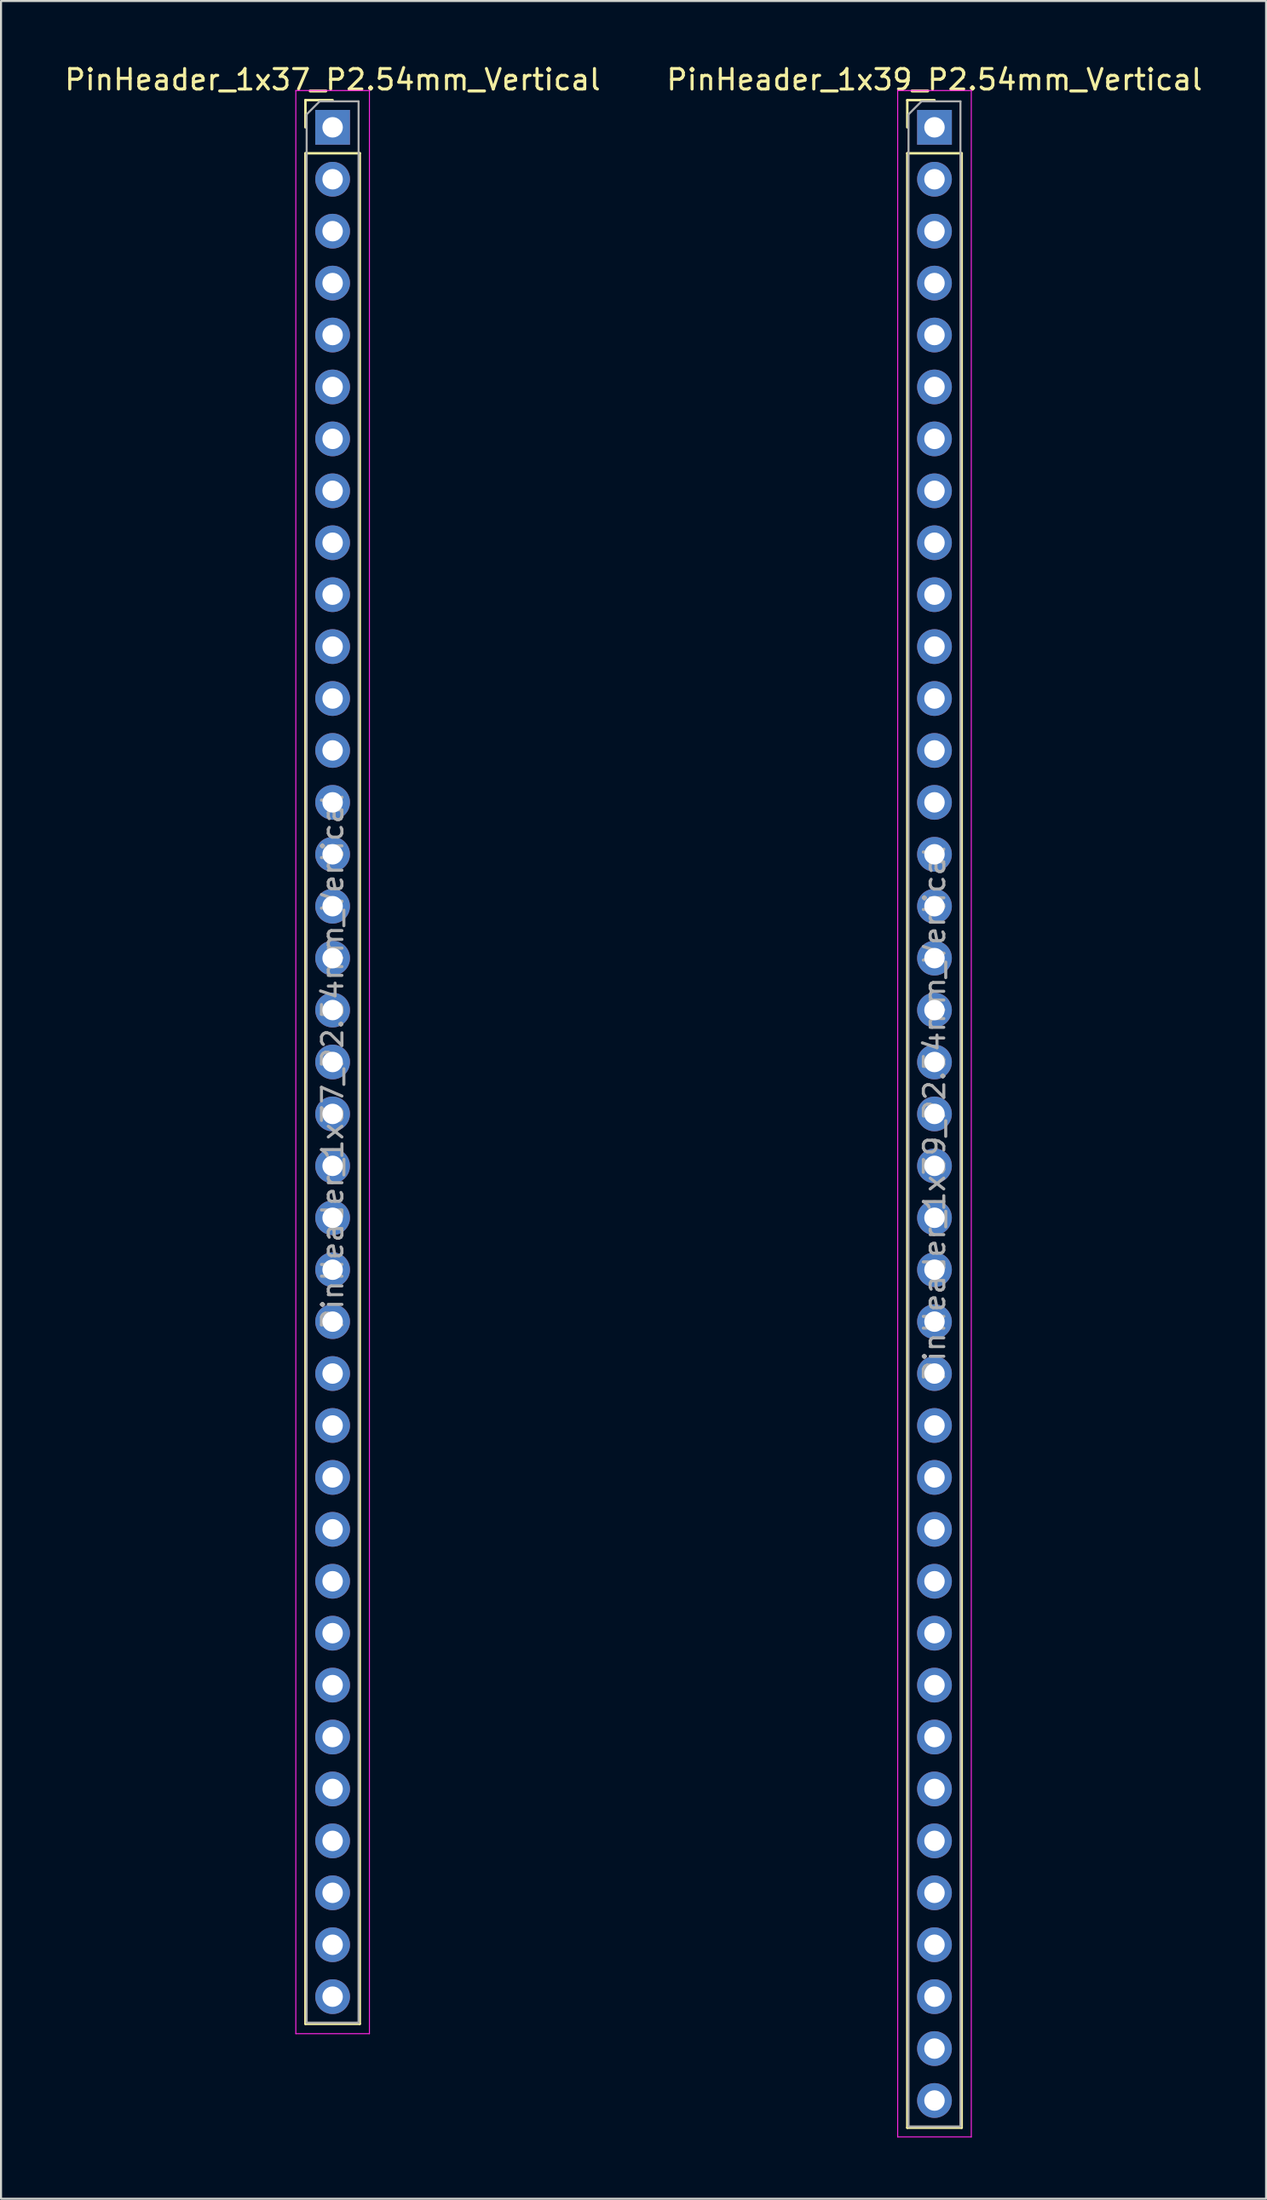
<source format=kicad_pcb>
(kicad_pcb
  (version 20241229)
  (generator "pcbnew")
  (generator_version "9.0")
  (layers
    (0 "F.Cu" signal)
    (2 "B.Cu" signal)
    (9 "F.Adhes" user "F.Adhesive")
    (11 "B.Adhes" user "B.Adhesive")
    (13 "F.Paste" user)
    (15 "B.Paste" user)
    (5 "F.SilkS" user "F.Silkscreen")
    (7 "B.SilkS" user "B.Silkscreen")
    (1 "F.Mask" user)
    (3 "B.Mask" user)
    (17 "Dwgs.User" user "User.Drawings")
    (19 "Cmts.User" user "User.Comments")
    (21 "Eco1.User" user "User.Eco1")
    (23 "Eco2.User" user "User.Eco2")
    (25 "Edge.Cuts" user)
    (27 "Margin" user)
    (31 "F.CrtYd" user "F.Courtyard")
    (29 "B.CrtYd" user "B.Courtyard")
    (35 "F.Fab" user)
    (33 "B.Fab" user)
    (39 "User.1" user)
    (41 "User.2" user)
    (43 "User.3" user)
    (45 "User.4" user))
  (footprint "PinHeader_1x39_P2.54mm_Vertical"
    (layer "F.Cu")
    (at 42.661 3.178)
    (property "Reference" "PinHeader_1x39_P2.54mm_Vertical" (at 0 -2.33 0) (layer "F.SilkS") (effects (font (size 1 1) (thickness 0.15))))
    (attr through_hole)
    (fp_line (start -1.33 -1.33) (end 0 -1.33) (stroke (width 0.12) (type solid)) (layer "F.SilkS"))
    (fp_line (start -1.33 0) (end -1.33 -1.33) (stroke (width 0.12) (type solid)) (layer "F.SilkS"))
    (fp_line (start -1.33 1.27) (end -1.33 97.85) (stroke (width 0.12) (type solid)) (layer "F.SilkS"))
    (fp_line (start -1.33 1.27) (end 1.33 1.27) (stroke (width 0.12) (type solid)) (layer "F.SilkS"))
    (fp_line (start -1.33 97.85) (end 1.33 97.85) (stroke (width 0.12) (type solid)) (layer "F.SilkS"))
    (fp_line (start 1.33 1.27) (end 1.33 97.85) (stroke (width 0.12) (type solid)) (layer "F.SilkS"))
    (fp_line (start -1.8 -1.8) (end -1.8 98.3) (stroke (width 0.05) (type solid)) (layer "F.CrtYd"))
    (fp_line (start -1.8 98.3) (end 1.8 98.3) (stroke (width 0.05) (type solid)) (layer "F.CrtYd"))
    (fp_line (start 1.8 -1.8) (end -1.8 -1.8) (stroke (width 0.05) (type solid)) (layer "F.CrtYd"))
    (fp_line (start 1.8 98.3) (end 1.8 -1.8) (stroke (width 0.05) (type solid)) (layer "F.CrtYd"))
    (fp_line (start -1.27 -0.635) (end -0.635 -1.27) (stroke (width 0.1) (type solid)) (layer "F.Fab"))
    (fp_line (start -1.27 97.79) (end -1.27 -0.635) (stroke (width 0.1) (type solid)) (layer "F.Fab"))
    (fp_line (start -0.635 -1.27) (end 1.27 -1.27) (stroke (width 0.1) (type solid)) (layer "F.Fab"))
    (fp_line (start 1.27 -1.27) (end 1.27 97.79) (stroke (width 0.1) (type solid)) (layer "F.Fab"))
    (fp_line (start 1.27 97.79) (end -1.27 97.79) (stroke (width 0.1) (type solid)) (layer "F.Fab"))
    (fp_text user "${REFERENCE}" (at 0 48.26 90) (layer "F.Fab") (effects (font (size 1 1) (thickness 0.15))))
    (pad "1" thru_hole rect (at 0 0) (size 1.7 1.7) (drill 1) (layers "*.Cu" "*.Mask"))
    (pad "2" thru_hole oval (at 0 2.54) (size 1.7 1.7) (drill 1) (layers "*.Cu" "*.Mask"))
    (pad "3" thru_hole oval (at 0 5.08) (size 1.7 1.7) (drill 1) (layers "*.Cu" "*.Mask"))
    (pad "4" thru_hole oval (at 0 7.62) (size 1.7 1.7) (drill 1) (layers "*.Cu" "*.Mask"))
    (pad "5" thru_hole oval (at 0 10.16) (size 1.7 1.7) (drill 1) (layers "*.Cu" "*.Mask"))
    (pad "6" thru_hole oval (at 0 12.7) (size 1.7 1.7) (drill 1) (layers "*.Cu" "*.Mask"))
    (pad "7" thru_hole oval (at 0 15.24) (size 1.7 1.7) (drill 1) (layers "*.Cu" "*.Mask"))
    (pad "8" thru_hole oval (at 0 17.78) (size 1.7 1.7) (drill 1) (layers "*.Cu" "*.Mask"))
    (pad "9" thru_hole oval (at 0 20.32) (size 1.7 1.7) (drill 1) (layers "*.Cu" "*.Mask"))
    (pad "10" thru_hole oval (at 0 22.86) (size 1.7 1.7) (drill 1) (layers "*.Cu" "*.Mask"))
    (pad "11" thru_hole oval (at 0 25.4) (size 1.7 1.7) (drill 1) (layers "*.Cu" "*.Mask"))
    (pad "12" thru_hole oval (at 0 27.94) (size 1.7 1.7) (drill 1) (layers "*.Cu" "*.Mask"))
    (pad "13" thru_hole oval (at 0 30.48) (size 1.7 1.7) (drill 1) (layers "*.Cu" "*.Mask"))
    (pad "14" thru_hole oval (at 0 33.02) (size 1.7 1.7) (drill 1) (layers "*.Cu" "*.Mask"))
    (pad "15" thru_hole oval (at 0 35.56) (size 1.7 1.7) (drill 1) (layers "*.Cu" "*.Mask"))
    (pad "16" thru_hole oval (at 0 38.1) (size 1.7 1.7) (drill 1) (layers "*.Cu" "*.Mask"))
    (pad "17" thru_hole oval (at 0 40.64) (size 1.7 1.7) (drill 1) (layers "*.Cu" "*.Mask"))
    (pad "18" thru_hole oval (at 0 43.18) (size 1.7 1.7) (drill 1) (layers "*.Cu" "*.Mask"))
    (pad "19" thru_hole oval (at 0 45.72) (size 1.7 1.7) (drill 1) (layers "*.Cu" "*.Mask"))
    (pad "20" thru_hole oval (at 0 48.26) (size 1.7 1.7) (drill 1) (layers "*.Cu" "*.Mask"))
    (pad "21" thru_hole oval (at 0 50.8) (size 1.7 1.7) (drill 1) (layers "*.Cu" "*.Mask"))
    (pad "22" thru_hole oval (at 0 53.34) (size 1.7 1.7) (drill 1) (layers "*.Cu" "*.Mask"))
    (pad "23" thru_hole oval (at 0 55.88) (size 1.7 1.7) (drill 1) (layers "*.Cu" "*.Mask"))
    (pad "24" thru_hole oval (at 0 58.42) (size 1.7 1.7) (drill 1) (layers "*.Cu" "*.Mask"))
    (pad "25" thru_hole oval (at 0 60.96) (size 1.7 1.7) (drill 1) (layers "*.Cu" "*.Mask"))
    (pad "26" thru_hole oval (at 0 63.5) (size 1.7 1.7) (drill 1) (layers "*.Cu" "*.Mask"))
    (pad "27" thru_hole oval (at 0 66.04) (size 1.7 1.7) (drill 1) (layers "*.Cu" "*.Mask"))
    (pad "28" thru_hole oval (at 0 68.58) (size 1.7 1.7) (drill 1) (layers "*.Cu" "*.Mask"))
    (pad "29" thru_hole oval (at 0 71.12) (size 1.7 1.7) (drill 1) (layers "*.Cu" "*.Mask"))
    (pad "30" thru_hole oval (at 0 73.66) (size 1.7 1.7) (drill 1) (layers "*.Cu" "*.Mask"))
    (pad "31" thru_hole oval (at 0 76.2) (size 1.7 1.7) (drill 1) (layers "*.Cu" "*.Mask"))
    (pad "32" thru_hole oval (at 0 78.74) (size 1.7 1.7) (drill 1) (layers "*.Cu" "*.Mask"))
    (pad "33" thru_hole oval (at 0 81.28) (size 1.7 1.7) (drill 1) (layers "*.Cu" "*.Mask"))
    (pad "34" thru_hole oval (at 0 83.82) (size 1.7 1.7) (drill 1) (layers "*.Cu" "*.Mask"))
    (pad "35" thru_hole oval (at 0 86.36) (size 1.7 1.7) (drill 1) (layers "*.Cu" "*.Mask"))
    (pad "36" thru_hole oval (at 0 88.9) (size 1.7 1.7) (drill 1) (layers "*.Cu" "*.Mask"))
    (pad "37" thru_hole oval (at 0 91.44) (size 1.7 1.7) (drill 1) (layers "*.Cu" "*.Mask"))
    (pad "38" thru_hole oval (at 0 93.98) (size 1.7 1.7) (drill 1) (layers "*.Cu" "*.Mask"))
    (pad "39" thru_hole oval (at 0 96.52) (size 1.7 1.7) (drill 1) (layers "*.Cu" "*.Mask")))
  (footprint "PinHeader_1x37_P2.54mm_Vertical"
    (layer "F.Cu")
    (at 13.22 3.178)
    (property "Reference" "PinHeader_1x37_P2.54mm_Vertical" (at 0 -2.33 0) (layer "F.SilkS") (effects (font (size 1 1) (thickness 0.15))))
    (attr through_hole)
    (fp_line (start -1.33 -1.33) (end 0 -1.33) (stroke (width 0.12) (type solid)) (layer "F.SilkS"))
    (fp_line (start -1.33 0) (end -1.33 -1.33) (stroke (width 0.12) (type solid)) (layer "F.SilkS"))
    (fp_line (start -1.33 1.27) (end -1.33 92.77) (stroke (width 0.12) (type solid)) (layer "F.SilkS"))
    (fp_line (start -1.33 1.27) (end 1.33 1.27) (stroke (width 0.12) (type solid)) (layer "F.SilkS"))
    (fp_line (start -1.33 92.77) (end 1.33 92.77) (stroke (width 0.12) (type solid)) (layer "F.SilkS"))
    (fp_line (start 1.33 1.27) (end 1.33 92.77) (stroke (width 0.12) (type solid)) (layer "F.SilkS"))
    (fp_line (start -1.8 -1.8) (end -1.8 93.25) (stroke (width 0.05) (type solid)) (layer "F.CrtYd"))
    (fp_line (start -1.8 93.25) (end 1.8 93.25) (stroke (width 0.05) (type solid)) (layer "F.CrtYd"))
    (fp_line (start 1.8 -1.8) (end -1.8 -1.8) (stroke (width 0.05) (type solid)) (layer "F.CrtYd"))
    (fp_line (start 1.8 93.25) (end 1.8 -1.8) (stroke (width 0.05) (type solid)) (layer "F.CrtYd"))
    (fp_line (start -1.27 -0.635) (end -0.635 -1.27) (stroke (width 0.1) (type solid)) (layer "F.Fab"))
    (fp_line (start -1.27 92.71) (end -1.27 -0.635) (stroke (width 0.1) (type solid)) (layer "F.Fab"))
    (fp_line (start -0.635 -1.27) (end 1.27 -1.27) (stroke (width 0.1) (type solid)) (layer "F.Fab"))
    (fp_line (start 1.27 -1.27) (end 1.27 92.71) (stroke (width 0.1) (type solid)) (layer "F.Fab"))
    (fp_line (start 1.27 92.71) (end -1.27 92.71) (stroke (width 0.1) (type solid)) (layer "F.Fab"))
    (fp_text user "${REFERENCE}" (at 0 45.72 90) (layer "F.Fab") (effects (font (size 1 1) (thickness 0.15))))
    (pad "1" thru_hole rect (at 0 0) (size 1.7 1.7) (drill 1) (layers "*.Cu" "*.Mask"))
    (pad "2" thru_hole oval (at 0 2.54) (size 1.7 1.7) (drill 1) (layers "*.Cu" "*.Mask"))
    (pad "3" thru_hole oval (at 0 5.08) (size 1.7 1.7) (drill 1) (layers "*.Cu" "*.Mask"))
    (pad "4" thru_hole oval (at 0 7.62) (size 1.7 1.7) (drill 1) (layers "*.Cu" "*.Mask"))
    (pad "5" thru_hole oval (at 0 10.16) (size 1.7 1.7) (drill 1) (layers "*.Cu" "*.Mask"))
    (pad "6" thru_hole oval (at 0 12.7) (size 1.7 1.7) (drill 1) (layers "*.Cu" "*.Mask"))
    (pad "7" thru_hole oval (at 0 15.24) (size 1.7 1.7) (drill 1) (layers "*.Cu" "*.Mask"))
    (pad "8" thru_hole oval (at 0 17.78) (size 1.7 1.7) (drill 1) (layers "*.Cu" "*.Mask"))
    (pad "9" thru_hole oval (at 0 20.32) (size 1.7 1.7) (drill 1) (layers "*.Cu" "*.Mask"))
    (pad "10" thru_hole oval (at 0 22.86) (size 1.7 1.7) (drill 1) (layers "*.Cu" "*.Mask"))
    (pad "11" thru_hole oval (at 0 25.4) (size 1.7 1.7) (drill 1) (layers "*.Cu" "*.Mask"))
    (pad "12" thru_hole oval (at 0 27.94) (size 1.7 1.7) (drill 1) (layers "*.Cu" "*.Mask"))
    (pad "13" thru_hole oval (at 0 30.48) (size 1.7 1.7) (drill 1) (layers "*.Cu" "*.Mask"))
    (pad "14" thru_hole oval (at 0 33.02) (size 1.7 1.7) (drill 1) (layers "*.Cu" "*.Mask"))
    (pad "15" thru_hole oval (at 0 35.56) (size 1.7 1.7) (drill 1) (layers "*.Cu" "*.Mask"))
    (pad "16" thru_hole oval (at 0 38.1) (size 1.7 1.7) (drill 1) (layers "*.Cu" "*.Mask"))
    (pad "17" thru_hole oval (at 0 40.64) (size 1.7 1.7) (drill 1) (layers "*.Cu" "*.Mask"))
    (pad "18" thru_hole oval (at 0 43.18) (size 1.7 1.7) (drill 1) (layers "*.Cu" "*.Mask"))
    (pad "19" thru_hole oval (at 0 45.72) (size 1.7 1.7) (drill 1) (layers "*.Cu" "*.Mask"))
    (pad "20" thru_hole oval (at 0 48.26) (size 1.7 1.7) (drill 1) (layers "*.Cu" "*.Mask"))
    (pad "21" thru_hole oval (at 0 50.8) (size 1.7 1.7) (drill 1) (layers "*.Cu" "*.Mask"))
    (pad "22" thru_hole oval (at 0 53.34) (size 1.7 1.7) (drill 1) (layers "*.Cu" "*.Mask"))
    (pad "23" thru_hole oval (at 0 55.88) (size 1.7 1.7) (drill 1) (layers "*.Cu" "*.Mask"))
    (pad "24" thru_hole oval (at 0 58.42) (size 1.7 1.7) (drill 1) (layers "*.Cu" "*.Mask"))
    (pad "25" thru_hole oval (at 0 60.96) (size 1.7 1.7) (drill 1) (layers "*.Cu" "*.Mask"))
    (pad "26" thru_hole oval (at 0 63.5) (size 1.7 1.7) (drill 1) (layers "*.Cu" "*.Mask"))
    (pad "27" thru_hole oval (at 0 66.04) (size 1.7 1.7) (drill 1) (layers "*.Cu" "*.Mask"))
    (pad "28" thru_hole oval (at 0 68.58) (size 1.7 1.7) (drill 1) (layers "*.Cu" "*.Mask"))
    (pad "29" thru_hole oval (at 0 71.12) (size 1.7 1.7) (drill 1) (layers "*.Cu" "*.Mask"))
    (pad "30" thru_hole oval (at 0 73.66) (size 1.7 1.7) (drill 1) (layers "*.Cu" "*.Mask"))
    (pad "31" thru_hole oval (at 0 76.2) (size 1.7 1.7) (drill 1) (layers "*.Cu" "*.Mask"))
    (pad "32" thru_hole oval (at 0 78.74) (size 1.7 1.7) (drill 1) (layers "*.Cu" "*.Mask"))
    (pad "33" thru_hole oval (at 0 81.28) (size 1.7 1.7) (drill 1) (layers "*.Cu" "*.Mask"))
    (pad "34" thru_hole oval (at 0 83.82) (size 1.7 1.7) (drill 1) (layers "*.Cu" "*.Mask"))
    (pad "35" thru_hole oval (at 0 86.36) (size 1.7 1.7) (drill 1) (layers "*.Cu" "*.Mask"))
    (pad "36" thru_hole oval (at 0 88.9) (size 1.7 1.7) (drill 1) (layers "*.Cu" "*.Mask"))
    (pad "37" thru_hole oval (at 0 91.44) (size 1.7 1.7) (drill 1) (layers "*.Cu" "*.Mask")))
  (gr_rect
    (start -3 -3)
    (end 58.881 104.503)
    (stroke (width 0.1) (type default))
    (fill no)
    (layer "Edge.Cuts")))
</source>
